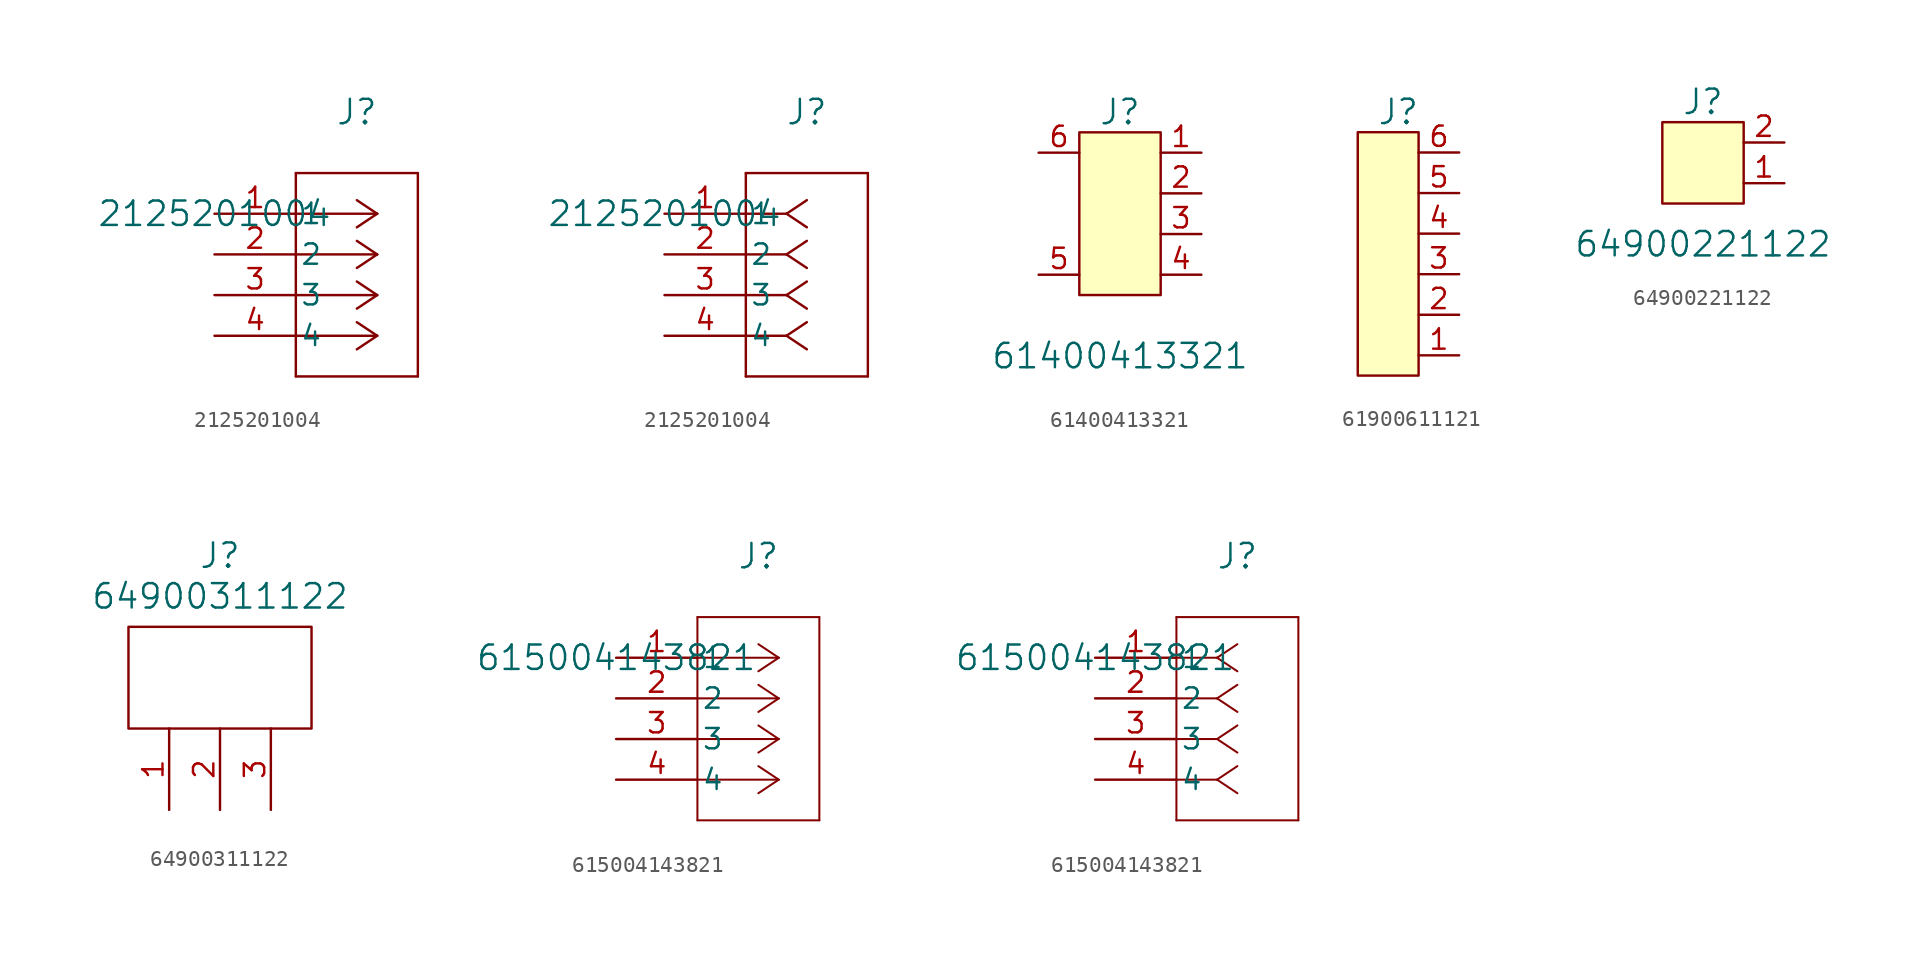
<source format=kicad_sym>
(kicad_symbol_lib
  (version 20241209)
  (generator "kicad_symbol_editor")
  (generator_version "9.0")
  (symbol "2125201004"
    (pin_names
      (offset 0.254))
    (property "Reference" "J"
      (at 8.89 6.35 0)
      (effects (font (size 1.524 1.524))))
    (property "Value" "2125201004"
      (at 0 0 0)
      (effects (font (size 1.524 1.524))))
    (symbol "2125201004_1_1"
      (polyline (pts (xy 5.08 2.54) (xy 5.08 -10.16)) (stroke (width 0) (type default)) (fill (type none)))
      (polyline (pts (xy 5.08 -10.16) (xy 12.7 -10.16)) (stroke (width 0) (type default)) (fill (type none)))
      (polyline (pts (xy 10.16 0) (xy 5.08 0)) (stroke (width 0) (type default)) (fill (type none)))
      (polyline (pts (xy 10.16 0) (xy 8.89 0.847)) (stroke (width 0) (type default)) (fill (type none)))
      (polyline (pts (xy 10.16 0) (xy 8.89 -0.847)) (stroke (width 0) (type default)) (fill (type none)))
      (polyline (pts (xy 10.16 -2.54) (xy 5.08 -2.54)) (stroke (width 0) (type default)) (fill (type none)))
      (polyline (pts (xy 10.16 -2.54) (xy 8.89 -1.693)) (stroke (width 0) (type default)) (fill (type none)))
      (polyline (pts (xy 10.16 -2.54) (xy 8.89 -3.387)) (stroke (width 0) (type default)) (fill (type none)))
      (polyline (pts (xy 10.16 -5.08) (xy 5.08 -5.08)) (stroke (width 0) (type default)) (fill (type none)))
      (polyline (pts (xy 10.16 -5.08) (xy 8.89 -4.233)) (stroke (width 0) (type default)) (fill (type none)))
      (polyline (pts (xy 10.16 -5.08) (xy 8.89 -5.927)) (stroke (width 0) (type default)) (fill (type none)))
      (polyline (pts (xy 10.16 -7.62) (xy 5.08 -7.62)) (stroke (width 0) (type default)) (fill (type none)))
      (polyline (pts (xy 10.16 -7.62) (xy 8.89 -6.773)) (stroke (width 0) (type default)) (fill (type none)))
      (polyline (pts (xy 10.16 -7.62) (xy 8.89 -8.467)) (stroke (width 0) (type default)) (fill (type none)))
      (polyline (pts (xy 12.7 2.54) (xy 5.08 2.54)) (stroke (width 0) (type default)) (fill (type none)))
      (polyline (pts (xy 12.7 -10.16) (xy 12.7 2.54)) (stroke (width 0) (type default)) (fill (type none)))
      (pin unspecified line (at 0 0 0) (length 5.08) (name "1" (effects (font (size 1.27 1.27)))) (number "1" (effects (font (size 1.27 1.27)))))
      (pin unspecified line (at 0 -2.54 0) (length 5.08) (name "2" (effects (font (size 1.27 1.27)))) (number "2" (effects (font (size 1.27 1.27)))))
      (pin unspecified line (at 0 -5.08 0) (length 5.08) (name "3" (effects (font (size 1.27 1.27)))) (number "3" (effects (font (size 1.27 1.27)))))
      (pin unspecified line (at 0 -7.62 0) (length 5.08) (name "4" (effects (font (size 1.27 1.27)))) (number "4" (effects (font (size 1.27 1.27))))))
    (symbol "2125201004_1_2"
      (polyline (pts (xy 5.08 2.54) (xy 5.08 -10.16)) (stroke (width 0) (type default)) (fill (type none)))
      (polyline (pts (xy 5.08 -10.16) (xy 12.7 -10.16)) (stroke (width 0) (type default)) (fill (type none)))
      (polyline (pts (xy 7.62 0) (xy 5.08 0)) (stroke (width 0) (type default)) (fill (type none)))
      (polyline (pts (xy 7.62 0) (xy 8.89 0.847)) (stroke (width 0) (type default)) (fill (type none)))
      (polyline (pts (xy 7.62 0) (xy 8.89 -0.847)) (stroke (width 0) (type default)) (fill (type none)))
      (polyline (pts (xy 7.62 -2.54) (xy 5.08 -2.54)) (stroke (width 0) (type default)) (fill (type none)))
      (polyline (pts (xy 7.62 -2.54) (xy 8.89 -1.693)) (stroke (width 0) (type default)) (fill (type none)))
      (polyline (pts (xy 7.62 -2.54) (xy 8.89 -3.387)) (stroke (width 0) (type default)) (fill (type none)))
      (polyline (pts (xy 7.62 -5.08) (xy 5.08 -5.08)) (stroke (width 0) (type default)) (fill (type none)))
      (polyline (pts (xy 7.62 -5.08) (xy 8.89 -4.233)) (stroke (width 0) (type default)) (fill (type none)))
      (polyline (pts (xy 7.62 -5.08) (xy 8.89 -5.927)) (stroke (width 0) (type default)) (fill (type none)))
      (polyline (pts (xy 7.62 -7.62) (xy 5.08 -7.62)) (stroke (width 0) (type default)) (fill (type none)))
      (polyline (pts (xy 7.62 -7.62) (xy 8.89 -6.773)) (stroke (width 0) (type default)) (fill (type none)))
      (polyline (pts (xy 7.62 -7.62) (xy 8.89 -8.467)) (stroke (width 0) (type default)) (fill (type none)))
      (polyline (pts (xy 12.7 2.54) (xy 5.08 2.54)) (stroke (width 0) (type default)) (fill (type none)))
      (polyline (pts (xy 12.7 -10.16) (xy 12.7 2.54)) (stroke (width 0) (type default)) (fill (type none)))
      (pin unspecified line (at 0 0 0) (length 5.08) (name "1" (effects (font (size 1.27 1.27)))) (number "1" (effects (font (size 1.27 1.27)))))
      (pin unspecified line (at 0 -2.54 0) (length 5.08) (name "2" (effects (font (size 1.27 1.27)))) (number "2" (effects (font (size 1.27 1.27)))))
      (pin unspecified line (at 0 -5.08 0) (length 5.08) (name "3" (effects (font (size 1.27 1.27)))) (number "3" (effects (font (size 1.27 1.27)))))
      (pin unspecified line (at 0 -7.62 0) (length 5.08) (name "4" (effects (font (size 1.27 1.27)))) (number "4" (effects (font (size 1.27 1.27)))))))
  (symbol "61400413321"
    (pin_names
      (offset 0)
      (hide yes))
    (property "Reference" "J"
      (at 0 7.62 0)
      (effects (font (size 1.524 1.524))))
    (property "Value" "61400413321"
      (at 0 -7.62 0)
      (effects (font (size 1.524 1.524))))
    (symbol "61400413321_0_1"
      (rectangle (start -2.54 6.35) (end 2.54 -3.81) (stroke (width 0) (type default)) (fill (type background))))
    (symbol "61400413321_1_1"
      (pin input line (at -5.08 5.08 0) (length 2.54) (name "6" (effects (font (size 1.27 1.27)))) (number "6" (effects (font (size 1.27 1.27)))))
      (pin input line (at -5.08 -2.54 0) (length 2.54) (name "5" (effects (font (size 1.27 1.27)))) (number "5" (effects (font (size 1.27 1.27)))))
      (pin input line (at 5.08 5.08 180) (length 2.54) (name "1" (effects (font (size 1.27 1.27)))) (number "1" (effects (font (size 1.27 1.27)))))
      (pin input line (at 5.08 2.54 180) (length 2.54) (name "2" (effects (font (size 1.27 1.27)))) (number "2" (effects (font (size 1.27 1.27)))))
      (pin input line (at 5.08 0 180) (length 2.54) (name "3" (effects (font (size 1.27 1.27)))) (number "3" (effects (font (size 1.27 1.27)))))
      (pin input line (at 5.08 -2.54 180) (length 2.54) (name "4" (effects (font (size 1.27 1.27)))) (number "4" (effects (font (size 1.27 1.27)))))))
  (symbol "61900611121"
    (pin_names
      (offset 0)
      (hide yes))
    (property "Reference" "J"
      (at -1.27 15.24 0)
      (effects (font (size 1.524 1.524))))
    (symbol "61900611121_0_0"
      (rectangle (start -3.81 13.97) (end 0 -1.27) (stroke (width 0) (type default)) (fill (type background))))
    (symbol "61900611121_1_1"
      (pin passive line (at 2.54 12.7 180) (length 2.54) (name "~" (effects (font (size 1.27 1.27)))) (number "6" (effects (font (size 1.27 1.27)))))
      (pin passive line (at 2.54 10.16 180) (length 2.54) (name "~" (effects (font (size 1.27 1.27)))) (number "5" (effects (font (size 1.27 1.27)))))
      (pin passive line (at 2.54 7.62 180) (length 2.54) (name "~" (effects (font (size 1.27 1.27)))) (number "4" (effects (font (size 1.27 1.27)))))
      (pin passive line (at 2.54 5.08 180) (length 2.54) (name "~" (effects (font (size 1.27 1.27)))) (number "3" (effects (font (size 1.27 1.27)))))
      (pin passive line (at 2.54 2.54 180) (length 2.54) (name "~" (effects (font (size 1.27 1.27)))) (number "2" (effects (font (size 1.27 1.27)))))
      (pin passive line (at 2.54 0 180) (length 2.54) (name "~" (effects (font (size 1.016 1.016)))) (number "1" (effects (font (size 1.27 1.27)))))))
  (symbol "64900221122"
    (pin_names
      (offset 0)
      (hide yes))
    (property "Reference" "J"
      (at 0 5.08 0)
      (effects (font (size 1.524 1.524))))
    (property "Value" "64900221122"
      (at 0 -3.81 0)
      (effects (font (size 1.524 1.524))))
    (symbol "64900221122_0_1"
      (rectangle (start -2.54 3.81) (end 2.54 -1.27) (stroke (width 0) (type default)) (fill (type background))))
    (symbol "64900221122_1_1"
      (pin passive line (at 5.08 2.54 180) (length 2.54) (name "2" (effects (font (size 1.27 1.27)))) (number "2" (effects (font (size 1.27 1.27)))))
      (pin passive line (at 5.08 0 180) (length 2.54) (name "1" (effects (font (size 1.27 1.27)))) (number "1" (effects (font (size 1.27 1.27)))))))
  (symbol "64900311122"
    (pin_names
      (offset 1.016))
    (property "Reference" "J"
      (at 0 13.97 0)
      (effects (font (size 1.524 1.524))))
    (property "Value" "64900311122"
      (at 0 11.43 0)
      (effects (font (size 1.524 1.524))))
    (symbol "64900311122_0_1"
      (rectangle (start -5.715 3.175) (end 5.715 9.525) (stroke (width 0) (type default)) (fill (type none))))
    (symbol "64900311122_1_1"
      (pin input line (at -3.175 -1.905 90) (length 5.08) (name "~" (effects (font (size 1.27 1.27)))) (number "1" (effects (font (size 1.27 1.27)))))
      (pin input line (at 0 -1.905 90) (length 5.08) (name "~" (effects (font (size 1.27 1.27)))) (number "2" (effects (font (size 1.27 1.27)))))
      (pin input line (at 3.175 -1.905 90) (length 5.08) (name "~" (effects (font (size 1.27 1.27)))) (number "3" (effects (font (size 1.27 1.27)))))))
  (symbol "615004143821"
    (pin_names
      (offset 0.254))
    (property "Reference" "J"
      (at 8.89 6.35 0)
      (effects (font (size 1.524 1.524))))
    (property "Value" "615004143821"
      (at 0 0 0)
      (effects (font (size 1.524 1.524))))
    (property "ki_locked" ""
      (at 0 0 0)
      (effects (font (size 1.27 1.27))))
    (symbol "615004143821_1_1"
      (polyline (pts (xy 5.08 2.54) (xy 5.08 -10.16)) (stroke (width 0.127) (type default)) (fill (type none)))
      (polyline (pts (xy 5.08 -10.16) (xy 12.7 -10.16)) (stroke (width 0.127) (type default)) (fill (type none)))
      (polyline (pts (xy 10.16 0) (xy 5.08 0)) (stroke (width 0.127) (type default)) (fill (type none)))
      (polyline (pts (xy 10.16 0) (xy 8.89 0.847)) (stroke (width 0.127) (type default)) (fill (type none)))
      (polyline (pts (xy 10.16 0) (xy 8.89 -0.847)) (stroke (width 0.127) (type default)) (fill (type none)))
      (polyline (pts (xy 10.16 -2.54) (xy 5.08 -2.54)) (stroke (width 0.127) (type default)) (fill (type none)))
      (polyline (pts (xy 10.16 -2.54) (xy 8.89 -1.693)) (stroke (width 0.127) (type default)) (fill (type none)))
      (polyline (pts (xy 10.16 -2.54) (xy 8.89 -3.387)) (stroke (width 0.127) (type default)) (fill (type none)))
      (polyline (pts (xy 10.16 -5.08) (xy 5.08 -5.08)) (stroke (width 0.127) (type default)) (fill (type none)))
      (polyline (pts (xy 10.16 -5.08) (xy 8.89 -4.233)) (stroke (width 0.127) (type default)) (fill (type none)))
      (polyline (pts (xy 10.16 -5.08) (xy 8.89 -5.927)) (stroke (width 0.127) (type default)) (fill (type none)))
      (polyline (pts (xy 10.16 -7.62) (xy 5.08 -7.62)) (stroke (width 0.127) (type default)) (fill (type none)))
      (polyline (pts (xy 10.16 -7.62) (xy 8.89 -6.773)) (stroke (width 0.127) (type default)) (fill (type none)))
      (polyline (pts (xy 10.16 -7.62) (xy 8.89 -8.467)) (stroke (width 0.127) (type default)) (fill (type none)))
      (polyline (pts (xy 12.7 2.54) (xy 5.08 2.54)) (stroke (width 0.127) (type default)) (fill (type none)))
      (polyline (pts (xy 12.7 -10.16) (xy 12.7 2.54)) (stroke (width 0.127) (type default)) (fill (type none)))
      (pin unspecified line (at 0 0 0) (length 5.08) (name "1" (effects (font (size 1.27 1.27)))) (number "1" (effects (font (size 1.27 1.27)))))
      (pin unspecified line (at 0 -2.54 0) (length 5.08) (name "2" (effects (font (size 1.27 1.27)))) (number "2" (effects (font (size 1.27 1.27)))))
      (pin unspecified line (at 0 -5.08 0) (length 5.08) (name "3" (effects (font (size 1.27 1.27)))) (number "3" (effects (font (size 1.27 1.27)))))
      (pin unspecified line (at 0 -7.62 0) (length 5.08) (name "4" (effects (font (size 1.27 1.27)))) (number "4" (effects (font (size 1.27 1.27))))))
    (symbol "615004143821_1_2"
      (polyline (pts (xy 5.08 2.54) (xy 5.08 -10.16)) (stroke (width 0.127) (type default)) (fill (type none)))
      (polyline (pts (xy 5.08 -10.16) (xy 12.7 -10.16)) (stroke (width 0.127) (type default)) (fill (type none)))
      (polyline (pts (xy 7.62 0) (xy 5.08 0)) (stroke (width 0.127) (type default)) (fill (type none)))
      (polyline (pts (xy 7.62 0) (xy 8.89 0.847)) (stroke (width 0.127) (type default)) (fill (type none)))
      (polyline (pts (xy 7.62 0) (xy 8.89 -0.847)) (stroke (width 0.127) (type default)) (fill (type none)))
      (polyline (pts (xy 7.62 -2.54) (xy 5.08 -2.54)) (stroke (width 0.127) (type default)) (fill (type none)))
      (polyline (pts (xy 7.62 -2.54) (xy 8.89 -1.693)) (stroke (width 0.127) (type default)) (fill (type none)))
      (polyline (pts (xy 7.62 -2.54) (xy 8.89 -3.387)) (stroke (width 0.127) (type default)) (fill (type none)))
      (polyline (pts (xy 7.62 -5.08) (xy 5.08 -5.08)) (stroke (width 0.127) (type default)) (fill (type none)))
      (polyline (pts (xy 7.62 -5.08) (xy 8.89 -4.233)) (stroke (width 0.127) (type default)) (fill (type none)))
      (polyline (pts (xy 7.62 -5.08) (xy 8.89 -5.927)) (stroke (width 0.127) (type default)) (fill (type none)))
      (polyline (pts (xy 7.62 -7.62) (xy 5.08 -7.62)) (stroke (width 0.127) (type default)) (fill (type none)))
      (polyline (pts (xy 7.62 -7.62) (xy 8.89 -6.773)) (stroke (width 0.127) (type default)) (fill (type none)))
      (polyline (pts (xy 7.62 -7.62) (xy 8.89 -8.467)) (stroke (width 0.127) (type default)) (fill (type none)))
      (polyline (pts (xy 12.7 2.54) (xy 5.08 2.54)) (stroke (width 0.127) (type default)) (fill (type none)))
      (polyline (pts (xy 12.7 -10.16) (xy 12.7 2.54)) (stroke (width 0.127) (type default)) (fill (type none)))
      (pin unspecified line (at 0 0 0) (length 5.08) (name "1" (effects (font (size 1.27 1.27)))) (number "1" (effects (font (size 1.27 1.27)))))
      (pin unspecified line (at 0 -2.54 0) (length 5.08) (name "2" (effects (font (size 1.27 1.27)))) (number "2" (effects (font (size 1.27 1.27)))))
      (pin unspecified line (at 0 -5.08 0) (length 5.08) (name "3" (effects (font (size 1.27 1.27)))) (number "3" (effects (font (size 1.27 1.27)))))
      (pin unspecified line (at 0 -7.62 0) (length 5.08) (name "4" (effects (font (size 1.27 1.27)))) (number "4" (effects (font (size 1.27 1.27))))))))
</source>
